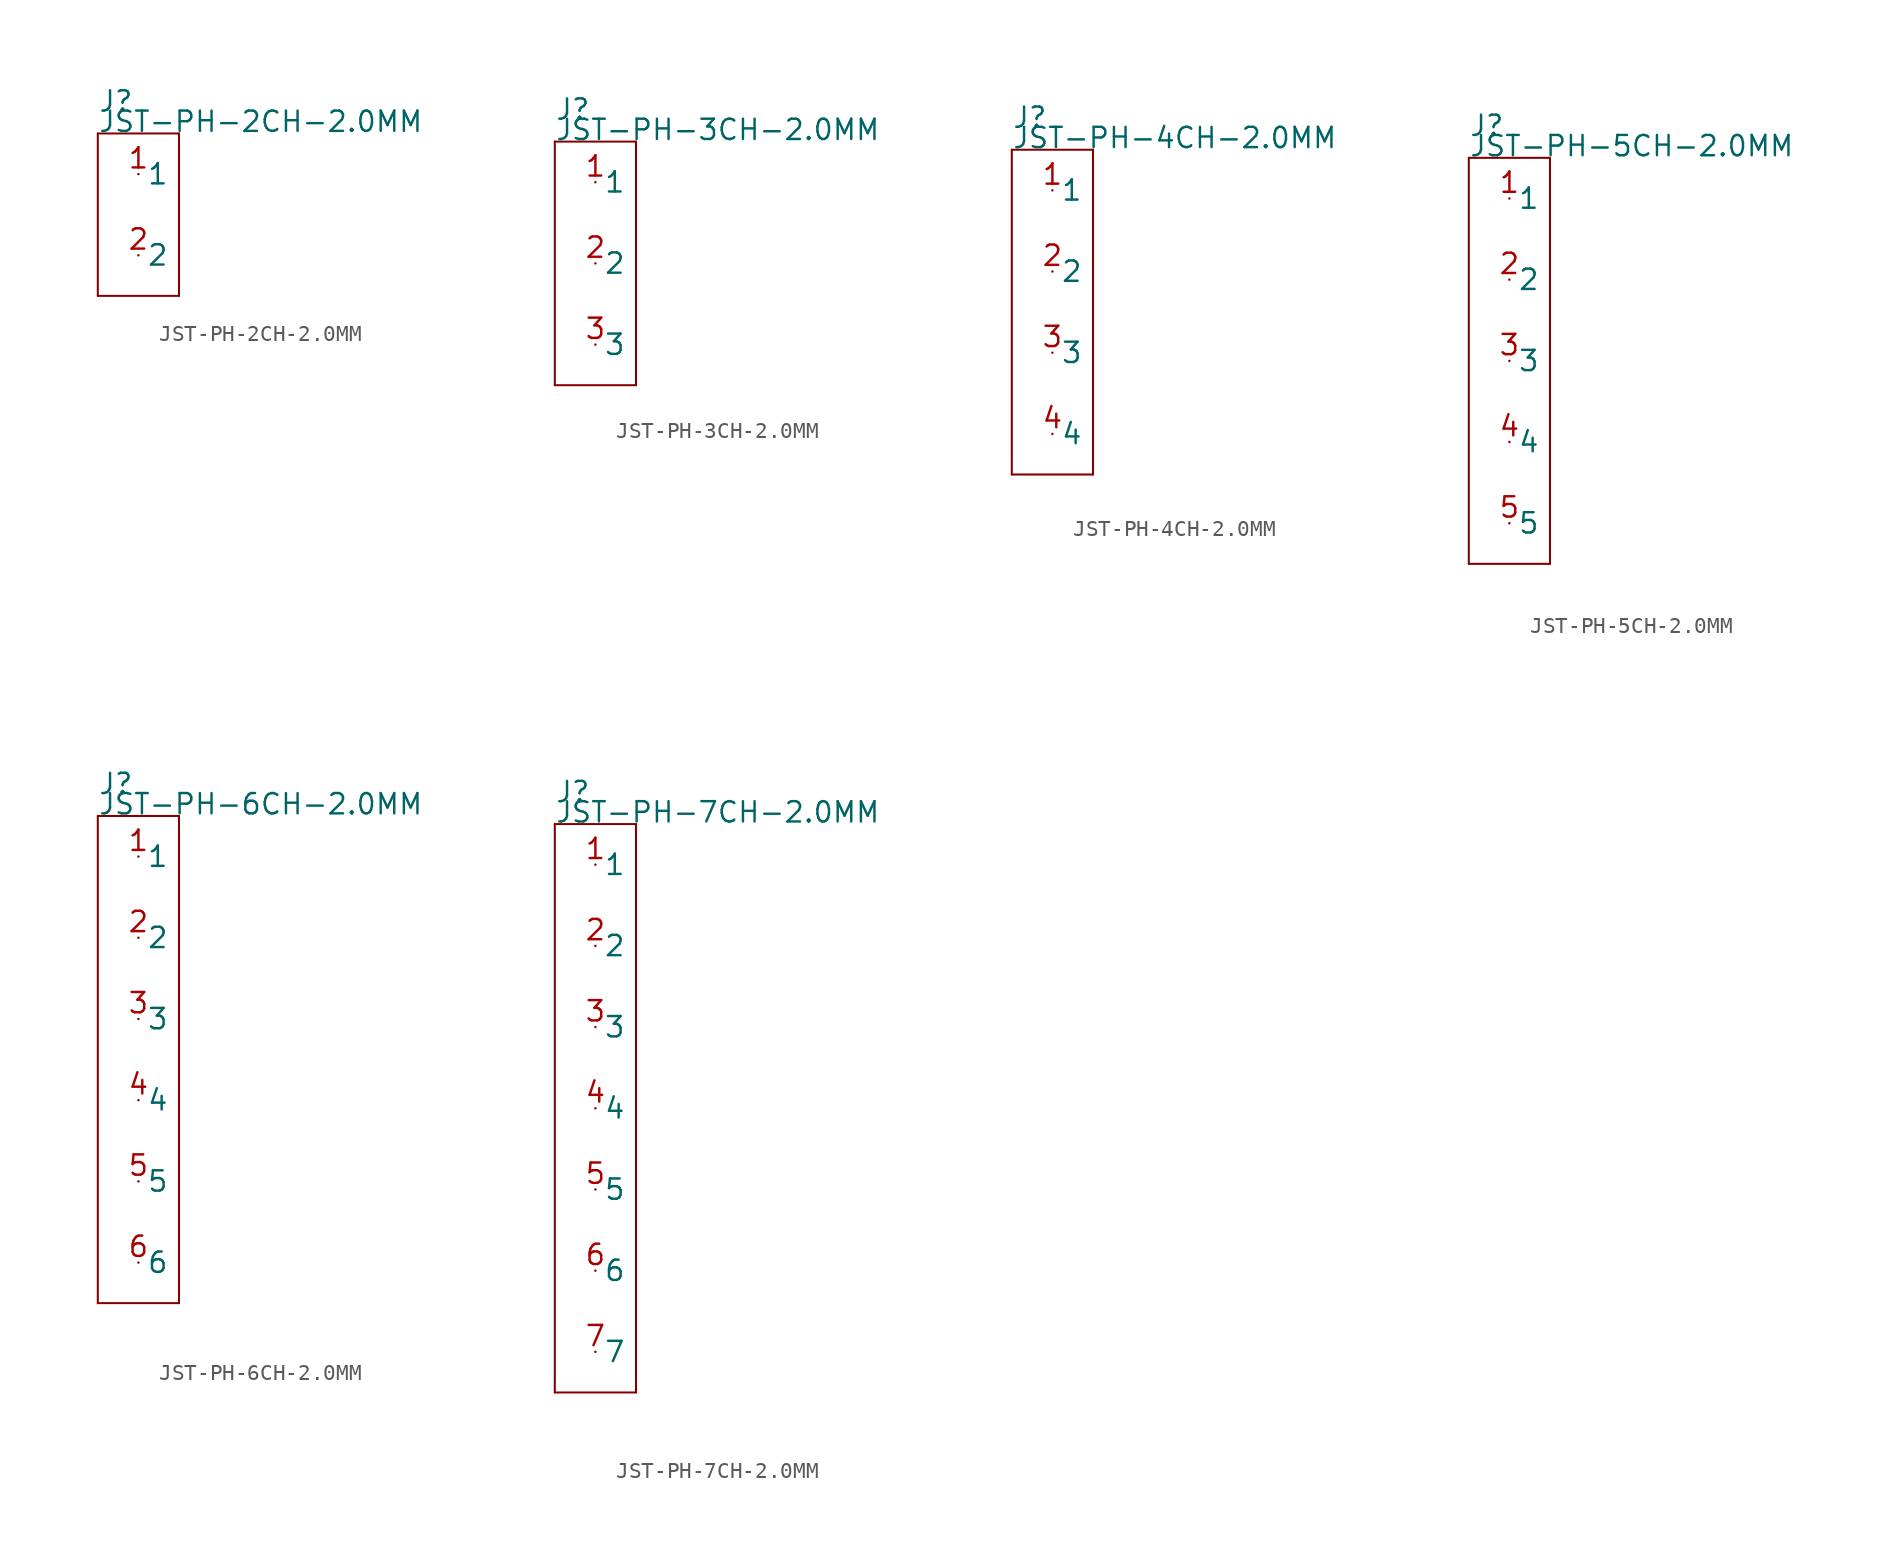
<source format=kicad_sym>
(kicad_symbol_lib
  (version 20211014)
  (generator kicad_symbol_editor)
  (symbol "JST-PH-2CH-2.0MM"
    (pin_names)
    (property "Reference" "J"
      (at -2.54 6.35 0)
      (effects (font (size 1.27 1.27)) (justify left bottom)))
    (property "Value" "JST-PH-2CH-2.0MM"
      (at -2.54 5.08 0)
      (effects (font (size 1.27 1.27)) (justify left bottom)))
    (property "Datasheet" ""
      (at 0 0 0))
    (property "ki_description" " JST 1x2  - Through Hole JST 2POS 2.0MM Technical Specifications: Pitch: 2.0mm "
      (at 0 0 0))
    (property "ki_fp_filters" "FlashPCB_Connectors:JST-B2B-PH-K-THT-VERT-2CH-2.0MM FlashPCB_Connectors:JST-B2B-PH-K-THT-VERT-2CH-2.0MM-NOSILK FlashPCB_Connectors:JST-S2B-PH-K-THT-RA-2CH-2.0MM FlashPCB_Connectors:JST-S2B-PH-K-THT-RA-2CH-2.0MM-NOSILK FlashPCB_Connectors:JST-B2B-PH-K-THT-VERT-2CH-2.0MM-LONG FlashPCB_Connectors:JST-B2B-PH-K-THT-VERT-2CH-2.0MM-LONG-NOSILK FlashPCB_Connectors:JST-S2B-PH-K-THT-RA-2CH-2.0MM-LONG FlashPCB_Connectors:JST-S2B-PH-K-THT-RA-2CH-2.0MM-LONG-NOSILK FlashPCB_Connectors:JST-S2B-PH-SM4-TB-SMT4-RA-2CH-2.0MM FlashPCB_Connectors:JST-S2B-PH-SM4-TB-SMT4-RA-2CH-2.0MM-NOSILK FlashPCB_Connectors:JST-B2B-PH-SM4-TB-SMT-VERT-2CH-2.0MM FlashPCB_Connectors:JST-B2B-PH-SM4-TB-SMT-VERT-2CH-2.0MM-NOSILK"
      (at 0 0 0))
    (symbol "JST-PH-2CH-2.0MM_1_1"
      (polyline (pts (xy -2.54 5.08) (xy 2.54 5.08)) (stroke (width 0.127)) (fill (type none)))
      (polyline (pts (xy 2.54 5.08) (xy 2.54 -5.08)) (stroke (width 0.127)) (fill (type none)))
      (polyline (pts (xy 2.54 -5.08) (xy -2.54 -5.08)) (stroke (width 0.127)) (fill (type none)))
      (polyline (pts (xy -2.54 -5.08) (xy -2.54 5.08)) (stroke (width 0.127)) (fill (type none)))
      (pin bidirectional line (at 0 2.54 0) (length 0) (name "1" (effects (font (size 1.27 1.27)))) (number "1" (effects (font (size 1.27 1.27)))))
      (pin bidirectional line (at 0 -2.54 0) (length 0) (name "2" (effects (font (size 1.27 1.27)))) (number "2" (effects (font (size 1.27 1.27)))))))
  (symbol "JST-PH-3CH-2.0MM"
    (pin_names)
    (property "Reference" "J"
      (at -2.54 8.89 0)
      (effects (font (size 1.27 1.27)) (justify left bottom)))
    (property "Value" "JST-PH-3CH-2.0MM"
      (at -2.54 7.62 0)
      (effects (font (size 1.27 1.27)) (justify left bottom)))
    (property "Datasheet" ""
      (at 0 0 0))
    (property "ki_description" " JST 1x3  - Through Hole JST 3POS 2.0MM Technical Specifications: Pitch: 2.0mm "
      (at 0 0 0))
    (property "ki_fp_filters" "FlashPCB_Connectors:JST-B3B-PH-K-THT-VERT-3CH-2.0MM FlashPCB_Connectors:JST-B3B-PH-K-THT-VERT-3CH-2.0MM-NOSILK FlashPCB_Connectors:JST-S3B-PH-K-THT-RA-3CH-2.0MM FlashPCB_Connectors:JST-S3B-PH-K-THT-RA-3CH-2.0MM-NOSILK FlashPCB_Connectors:JST-B3B-PH-K-THT-VERT-3CH-2.0MM-LONG FlashPCB_Connectors:JST-B3B-PH-K-THT-VERT-3CH-2.0MM-LONG-NOSILK FlashPCB_Connectors:JST-S3B-PH-K-THT-RA-3CH-2.0MM-LONG FlashPCB_Connectors:JST-S3B-PH-K-THT-RA-3CH-2.0MM-LONG-NOSILK FlashPCB_Connectors:JST-S3B-PH-SM4-TB-SMT4-RA-3CH-2.0MM FlashPCB_Connectors:JST-S3B-PH-SM4-TB-SMT4-RA-3CH-2.0MM-NOSILK FlashPCB_Connectors:JST-B3B-PH-SM4-TB-SMT-VERT-3CH-2.0MM FlashPCB_Connectors:JST-B3B-PH-SM4-TB-SMT-VERT-3CH-2.0MM-NOSILK"
      (at 0 0 0))
    (symbol "JST-PH-3CH-2.0MM_1_1"
      (polyline (pts (xy -2.54 7.62) (xy 2.54 7.62)) (stroke (width 0.127)) (fill (type none)))
      (polyline (pts (xy 2.54 7.62) (xy 2.54 -7.62)) (stroke (width 0.127)) (fill (type none)))
      (polyline (pts (xy 2.54 -7.62) (xy -2.54 -7.62)) (stroke (width 0.127)) (fill (type none)))
      (polyline (pts (xy -2.54 -7.62) (xy -2.54 7.62)) (stroke (width 0.127)) (fill (type none)))
      (pin bidirectional line (at 0 5.08 0) (length 0) (name "1" (effects (font (size 1.27 1.27)))) (number "1" (effects (font (size 1.27 1.27)))))
      (pin bidirectional line (at 0 0 0) (length 0) (name "2" (effects (font (size 1.27 1.27)))) (number "2" (effects (font (size 1.27 1.27)))))
      (pin bidirectional line (at 0 -5.08 0) (length 0) (name "3" (effects (font (size 1.27 1.27)))) (number "3" (effects (font (size 1.27 1.27)))))))
  (symbol "JST-PH-4CH-2.0MM"
    (pin_names)
    (property "Reference" "J"
      (at -2.54 11.43 0)
      (effects (font (size 1.27 1.27)) (justify left bottom)))
    (property "Value" "JST-PH-4CH-2.0MM"
      (at -2.54 10.16 0)
      (effects (font (size 1.27 1.27)) (justify left bottom)))
    (property "Datasheet" ""
      (at 0 0 0))
    (property "ki_description" " JST 1x4  - Through Hole JST 4POS 2.0MM Technical Specifications: Pitch: 2.0mm "
      (at 0 0 0))
    (property "ki_fp_filters" "FlashPCB_Connectors:JST-B4B-PH-K-THT-VERT-4CH-2.0MM FlashPCB_Connectors:JST-B4B-PH-K-THT-VERT-4CH-2.0MM-NOSILK FlashPCB_Connectors:JST-S4B-PH-K-THT-RA-4CH-2.0MM FlashPCB_Connectors:JST-S4B-PH-K-THT-RA-4CH-2.0MM-NOSILK FlashPCB_Connectors:JST-B4B-PH-K-THT-VERT-4CH-2.0MM-LONG FlashPCB_Connectors:JST-B4B-PH-K-THT-VERT-4CH-2.0MM-LONG-NOSILK FlashPCB_Connectors:JST-S4B-PH-K-THT-RA-4CH-2.0MM-LONG FlashPCB_Connectors:JST-S4B-PH-K-THT-RA-4CH-2.0MM-LONG-NOSILK FlashPCB_Connectors:JST-S4B-PH-SM4-TB-SMT4-RA-4CH-2.0MM FlashPCB_Connectors:JST-S4B-PH-SM4-TB-SMT4-RA-4CH-2.0MM-NOSILK FlashPCB_Connectors:JST-B4B-PH-SM4-TB-SMT-VERT-4CH-2.0MM FlashPCB_Connectors:JST-B4B-PH-SM4-TB-SMT-VERT-4CH-2.0MM-NOSILK"
      (at 0 0 0))
    (symbol "JST-PH-4CH-2.0MM_1_1"
      (polyline (pts (xy -2.54 10.16) (xy 2.54 10.16)) (stroke (width 0.127)) (fill (type none)))
      (polyline (pts (xy 2.54 10.16) (xy 2.54 -10.16)) (stroke (width 0.127)) (fill (type none)))
      (polyline (pts (xy 2.54 -10.16) (xy -2.54 -10.16)) (stroke (width 0.127)) (fill (type none)))
      (polyline (pts (xy -2.54 -10.16) (xy -2.54 10.16)) (stroke (width 0.127)) (fill (type none)))
      (pin bidirectional line (at 0 7.62 0) (length 0) (name "1" (effects (font (size 1.27 1.27)))) (number "1" (effects (font (size 1.27 1.27)))))
      (pin bidirectional line (at 0 2.54 0) (length 0) (name "2" (effects (font (size 1.27 1.27)))) (number "2" (effects (font (size 1.27 1.27)))))
      (pin bidirectional line (at 0 -2.54 0) (length 0) (name "3" (effects (font (size 1.27 1.27)))) (number "3" (effects (font (size 1.27 1.27)))))
      (pin bidirectional line (at 0 -7.62 0) (length 0) (name "4" (effects (font (size 1.27 1.27)))) (number "4" (effects (font (size 1.27 1.27)))))))
  (symbol "JST-PH-5CH-2.0MM"
    (pin_names)
    (property "Reference" "J"
      (at -2.54 13.97 0)
      (effects (font (size 1.27 1.27)) (justify left bottom)))
    (property "Value" "JST-PH-5CH-2.0MM"
      (at -2.54 12.7 0)
      (effects (font (size 1.27 1.27)) (justify left bottom)))
    (property "Datasheet" ""
      (at 0 0 0))
    (property "ki_description" " JST 1x5  - Through Hole JST 5POS 2.0MM Technical Specifications: Pitch: 2.0mm "
      (at 0 0 0))
    (property "ki_fp_filters" "FlashPCB_Connectors:JST-B5B-PH-K-THT-VERT-5CH-2.0MM FlashPCB_Connectors:JST-B5B-PH-K-THT-VERT-5CH-2.0MM-NOSILK FlashPCB_Connectors:JST-S5B-PH-K-THT-RA-5CH-2.0MM FlashPCB_Connectors:JST-S5B-PH-K-THT-RA-5CH-2.0MM-NOSILK FlashPCB_Connectors:JST-B5B-PH-K-THT-VERT-5CH-2.0MM-LONG FlashPCB_Connectors:JST-B5B-PH-K-THT-VERT-5CH-2.0MM-LONG-NOSILK FlashPCB_Connectors:JST-S5B-PH-K-THT-RA-5CH-2.0MM-LONG FlashPCB_Connectors:JST-S5B-PH-K-THT-RA-5CH-2.0MM-LONG-NOSILK FlashPCB_Connectors:JST-S5B-PH-SM4-TB-SMT4-RA-5CH-2.0MM FlashPCB_Connectors:JST-S5B-PH-SM4-TB-SMT4-RA-5CH-2.0MM-NOSILK FlashPCB_Connectors:JST-B5B-PH-SM4-TB-SMT-VERT-5CH-2.0MM FlashPCB_Connectors:JST-B5B-PH-SM4-TB-SMT-VERT-5CH-2.0MM-NOSILK"
      (at 0 0 0))
    (symbol "JST-PH-5CH-2.0MM_1_1"
      (polyline (pts (xy -2.54 12.7) (xy 2.54 12.7)) (stroke (width 0.127)) (fill (type none)))
      (polyline (pts (xy 2.54 12.7) (xy 2.54 -12.7)) (stroke (width 0.127)) (fill (type none)))
      (polyline (pts (xy 2.54 -12.7) (xy -2.54 -12.7)) (stroke (width 0.127)) (fill (type none)))
      (polyline (pts (xy -2.54 -12.7) (xy -2.54 12.7)) (stroke (width 0.127)) (fill (type none)))
      (pin bidirectional line (at 0 10.16 0) (length 0) (name "1" (effects (font (size 1.27 1.27)))) (number "1" (effects (font (size 1.27 1.27)))))
      (pin bidirectional line (at 0 5.08 0) (length 0) (name "2" (effects (font (size 1.27 1.27)))) (number "2" (effects (font (size 1.27 1.27)))))
      (pin bidirectional line (at 0 0 0) (length 0) (name "3" (effects (font (size 1.27 1.27)))) (number "3" (effects (font (size 1.27 1.27)))))
      (pin bidirectional line (at 0 -5.08 0) (length 0) (name "4" (effects (font (size 1.27 1.27)))) (number "4" (effects (font (size 1.27 1.27)))))
      (pin bidirectional line (at 0 -10.16 0) (length 0) (name "5" (effects (font (size 1.27 1.27)))) (number "5" (effects (font (size 1.27 1.27)))))))
  (symbol "JST-PH-6CH-2.0MM"
    (pin_names)
    (property "Reference" "J"
      (at -2.54 16.51 0)
      (effects (font (size 1.27 1.27)) (justify left bottom)))
    (property "Value" "JST-PH-6CH-2.0MM"
      (at -2.54 15.24 0)
      (effects (font (size 1.27 1.27)) (justify left bottom)))
    (property "Datasheet" ""
      (at 0 0 0))
    (property "ki_description" " JST 1x6  - Through Hole JST 6POS 2.0MM Technical Specifications: Pitch: 2.0mm "
      (at 0 0 0))
    (property "ki_fp_filters" "FlashPCB_Connectors:JST-B6B-PH-K-THT-VERT-6CH-2.0MM FlashPCB_Connectors:JST-B6B-PH-K-THT-VERT-6CH-2.0MM-NOSILK FlashPCB_Connectors:JST-S6B-PH-K-THT-RA-6CH-2.0MM FlashPCB_Connectors:JST-S6B-PH-K-THT-RA-6CH-2.0MM-NOSILK FlashPCB_Connectors:JST-B6B-PH-K-THT-VERT-6CH-2.0MM-LONG FlashPCB_Connectors:JST-B6B-PH-K-THT-VERT-6CH-2.0MM-LONG-NOSILK FlashPCB_Connectors:JST-S6B-PH-K-THT-RA-6CH-2.0MM-LONG FlashPCB_Connectors:JST-S6B-PH-K-THT-RA-6CH-2.0MM-LONG-NOSILK FlashPCB_Connectors:JST-S6B-PH-SM4-TB-SMT4-RA-6CH-2.0MM FlashPCB_Connectors:JST-S6B-PH-SM4-TB-SMT4-RA-6CH-2.0MM-NOSILK FlashPCB_Connectors:JST-B6B-PH-SM4-TB-SMT-VERT-6CH-2.0MM FlashPCB_Connectors:JST-B6B-PH-SM4-TB-SMT-VERT-6CH-2.0MM-NOSILK"
      (at 0 0 0))
    (symbol "JST-PH-6CH-2.0MM_1_1"
      (polyline (pts (xy -2.54 15.24) (xy 2.54 15.24)) (stroke (width 0.127)) (fill (type none)))
      (polyline (pts (xy 2.54 15.24) (xy 2.54 -15.24)) (stroke (width 0.127)) (fill (type none)))
      (polyline (pts (xy 2.54 -15.24) (xy -2.54 -15.24)) (stroke (width 0.127)) (fill (type none)))
      (polyline (pts (xy -2.54 -15.24) (xy -2.54 15.24)) (stroke (width 0.127)) (fill (type none)))
      (pin bidirectional line (at 0 12.7 0) (length 0) (name "1" (effects (font (size 1.27 1.27)))) (number "1" (effects (font (size 1.27 1.27)))))
      (pin bidirectional line (at 0 7.62 0) (length 0) (name "2" (effects (font (size 1.27 1.27)))) (number "2" (effects (font (size 1.27 1.27)))))
      (pin bidirectional line (at 0 2.54 0) (length 0) (name "3" (effects (font (size 1.27 1.27)))) (number "3" (effects (font (size 1.27 1.27)))))
      (pin bidirectional line (at 0 -2.54 0) (length 0) (name "4" (effects (font (size 1.27 1.27)))) (number "4" (effects (font (size 1.27 1.27)))))
      (pin bidirectional line (at 0 -7.62 0) (length 0) (name "5" (effects (font (size 1.27 1.27)))) (number "5" (effects (font (size 1.27 1.27)))))
      (pin bidirectional line (at 0 -12.7 0) (length 0) (name "6" (effects (font (size 1.27 1.27)))) (number "6" (effects (font (size 1.27 1.27)))))))
  (symbol "JST-PH-7CH-2.0MM"
    (pin_names)
    (property "Reference" "J"
      (at -2.54 19.05 0)
      (effects (font (size 1.27 1.27)) (justify left bottom)))
    (property "Value" "JST-PH-7CH-2.0MM"
      (at -2.54 17.78 0)
      (effects (font (size 1.27 1.27)) (justify left bottom)))
    (property "Datasheet" ""
      (at 0 0 0))
    (property "ki_description" " JST 1x7  - Through Hole JST 7POS 2.0MM Technical Specifications: Pitch: 2.0mm "
      (at 0 0 0))
    (property "ki_fp_filters" "FlashPCB_Connectors:JST-B7B-PH-K-THT-VERT-7CH-2.0MM FlashPCB_Connectors:JST-B7B-PH-K-THT-VERT-7CH-2.0MM-NOSILK FlashPCB_Connectors:JST-S7B-PH-K-THT-RA-7CH-2.0MM FlashPCB_Connectors:JST-S7B-PH-K-THT-RA-7CH-2.0MM-NOSILK FlashPCB_Connectors:JST-B7B-PH-K-THT-VERT-7CH-2.0MM-LONG FlashPCB_Connectors:JST-B7B-PH-K-THT-VERT-7CH-2.0MM-LONG-NOSILK FlashPCB_Connectors:JST-S7B-PH-K-THT-RA-7CH-2.0MM-LONG FlashPCB_Connectors:JST-S7B-PH-K-THT-RA-7CH-2.0MM-LONG-NOSILK FlashPCB_Connectors:JST-S7B-PH-SM4-TB-SMT4-RA-7CH-2.0MM FlashPCB_Connectors:JST-S7B-PH-SM4-TB-SMT4-RA-7CH-2.0MM-NOSILK FlashPCB_Connectors:JST-B7B-PH-SM4-TB-SMT-VERT-7CH-2.0MM FlashPCB_Connectors:JST-B7B-PH-SM4-TB-SMT-VERT-7CH-2.0MM-NOSILK"
      (at 0 0 0))
    (symbol "JST-PH-7CH-2.0MM_1_1"
      (polyline (pts (xy -2.54 17.78) (xy 2.54 17.78)) (stroke (width 0.127)) (fill (type none)))
      (polyline (pts (xy 2.54 17.78) (xy 2.54 -17.78)) (stroke (width 0.127)) (fill (type none)))
      (polyline (pts (xy 2.54 -17.78) (xy -2.54 -17.78)) (stroke (width 0.127)) (fill (type none)))
      (polyline (pts (xy -2.54 -17.78) (xy -2.54 17.78)) (stroke (width 0.127)) (fill (type none)))
      (pin bidirectional line (at 0 15.24 0) (length 0) (name "1" (effects (font (size 1.27 1.27)))) (number "1" (effects (font (size 1.27 1.27)))))
      (pin bidirectional line (at 0 10.16 0) (length 0) (name "2" (effects (font (size 1.27 1.27)))) (number "2" (effects (font (size 1.27 1.27)))))
      (pin bidirectional line (at 0 5.08 0) (length 0) (name "3" (effects (font (size 1.27 1.27)))) (number "3" (effects (font (size 1.27 1.27)))))
      (pin bidirectional line (at 0 0 0) (length 0) (name "4" (effects (font (size 1.27 1.27)))) (number "4" (effects (font (size 1.27 1.27)))))
      (pin bidirectional line (at 0 -5.08 0) (length 0) (name "5" (effects (font (size 1.27 1.27)))) (number "5" (effects (font (size 1.27 1.27)))))
      (pin bidirectional line (at 0 -10.16 0) (length 0) (name "6" (effects (font (size 1.27 1.27)))) (number "6" (effects (font (size 1.27 1.27)))))
      (pin bidirectional line (at 0 -15.24 0) (length 0) (name "7" (effects (font (size 1.27 1.27)))) (number "7" (effects (font (size 1.27 1.27))))))))
</source>
